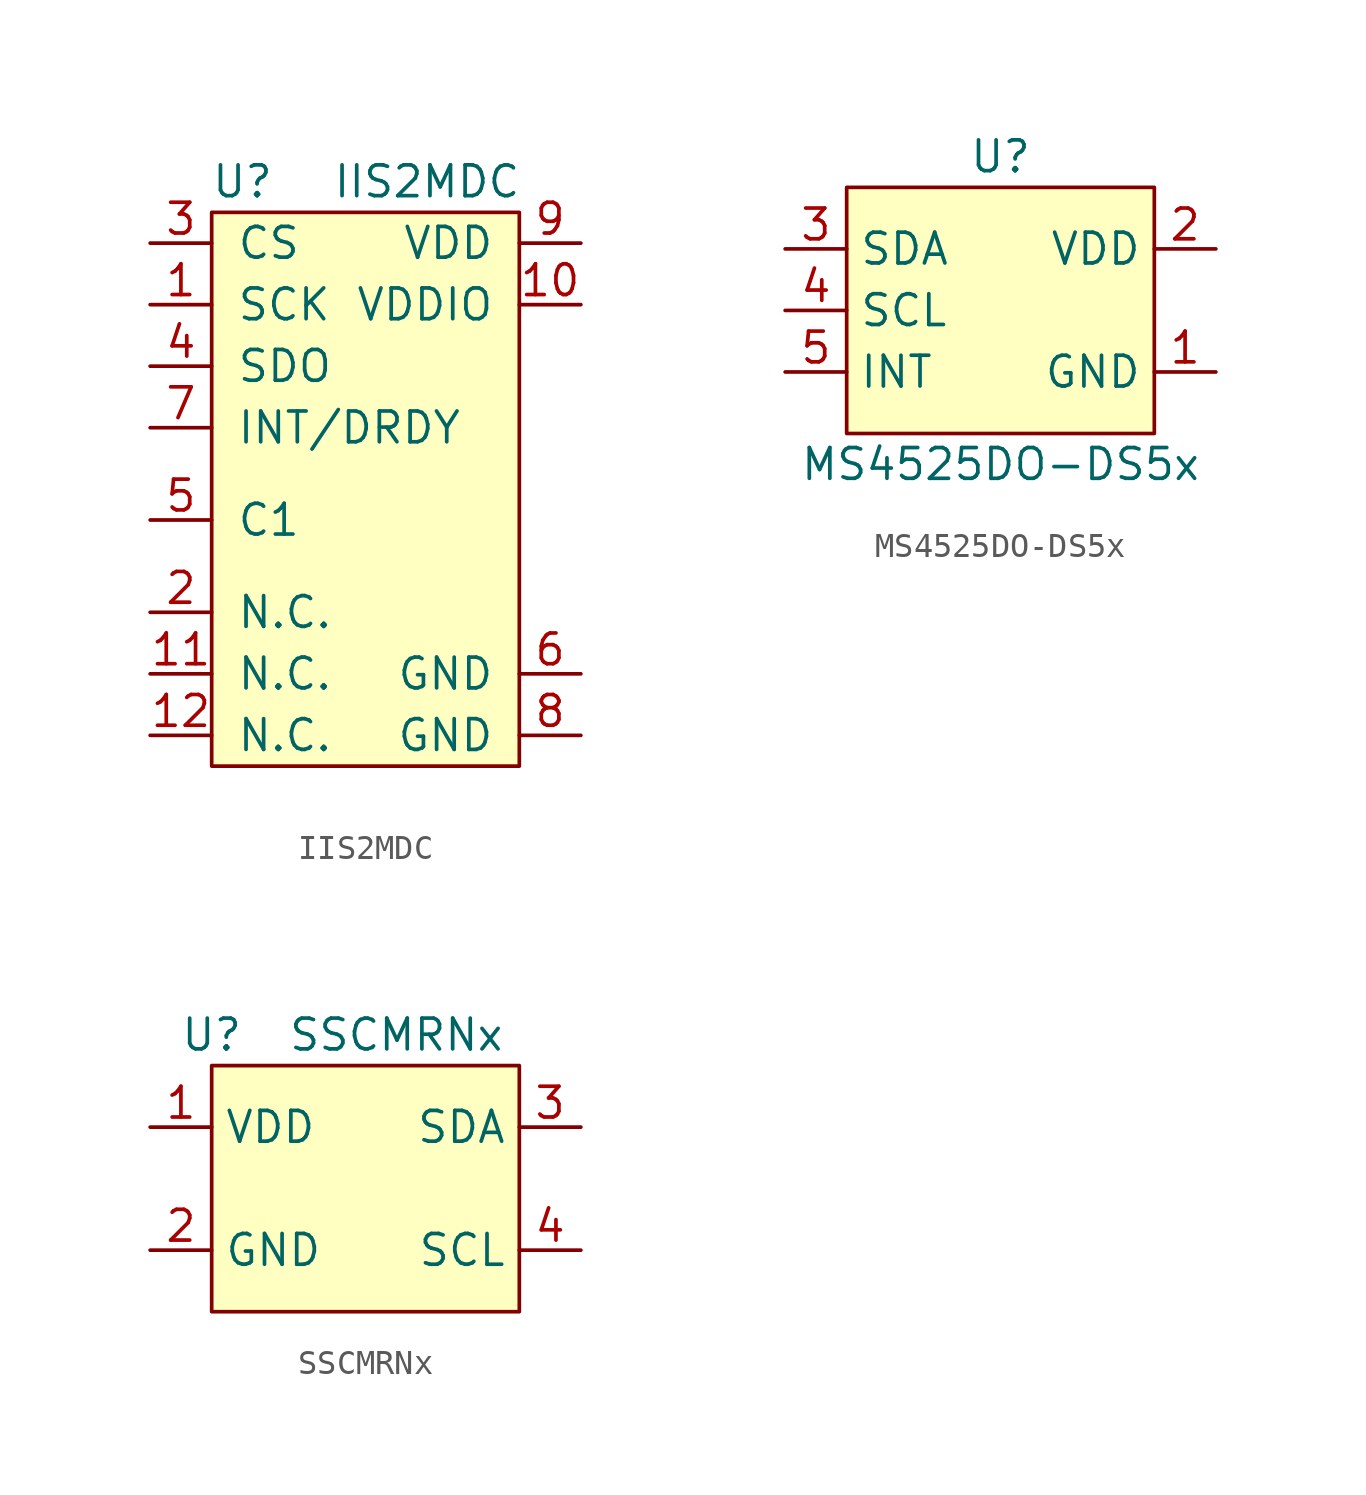
<source format=kicad_sym>
(kicad_symbol_lib
  (version 20211014)
  (generator kicad_symbol_editor)
  (symbol "IIS2MDC"
    (pin_names
      (offset 1.016))
    (property "Reference" "U"
      (at -5.08 12.7 0)
      (effects (font (size 1.27 1.27))))
    (property "Value" "IIS2MDC"
      (at 2.54 12.7 0)
      (effects (font (size 1.27 1.27))))
    (symbol "IIS2MDC_0_1"
      (rectangle (start -6.35 11.43) (end 6.35 -11.43) (stroke (width 0) (type default) (color 0 0 0 0)) (fill (type background))))
    (symbol "IIS2MDC_1_1"
      (pin input line (at -8.89 7.62 0) (length 2.54) (name "SCK" (effects (font (size 1.27 1.27)))) (number "1" (effects (font (size 1.27 1.27)))))
      (pin power_in line (at 8.89 7.62 180) (length 2.54) (name "VDDIO" (effects (font (size 1.27 1.27)))) (number "10" (effects (font (size 1.27 1.27)))))
      (pin passive line (at -8.89 -7.62 0) (length 2.54) (name "N.C." (effects (font (size 1.27 1.27)))) (number "11" (effects (font (size 1.27 1.27)))))
      (pin passive line (at -8.89 -10.16 0) (length 2.54) (name "N.C." (effects (font (size 1.27 1.27)))) (number "12" (effects (font (size 1.27 1.27)))))
      (pin passive line (at -8.89 -5.08 0) (length 2.54) (name "N.C." (effects (font (size 1.27 1.27)))) (number "2" (effects (font (size 1.27 1.27)))))
      (pin input line (at -8.89 10.16 0) (length 2.54) (name "CS" (effects (font (size 1.27 1.27)))) (number "3" (effects (font (size 1.27 1.27)))))
      (pin input line (at -8.89 5.08 0) (length 2.54) (name "SDO" (effects (font (size 1.27 1.27)))) (number "4" (effects (font (size 1.27 1.27)))))
      (pin input line (at -8.89 -1.27 0) (length 2.54) (name "C1" (effects (font (size 1.27 1.27)))) (number "5" (effects (font (size 1.27 1.27)))))
      (pin power_in line (at 8.89 -7.62 180) (length 2.54) (name "GND" (effects (font (size 1.27 1.27)))) (number "6" (effects (font (size 1.27 1.27)))))
      (pin input line (at -8.89 2.54 0) (length 2.54) (name "INT/DRDY" (effects (font (size 1.27 1.27)))) (number "7" (effects (font (size 1.27 1.27)))))
      (pin power_in line (at 8.89 -10.16 180) (length 2.54) (name "GND" (effects (font (size 1.27 1.27)))) (number "8" (effects (font (size 1.27 1.27)))))
      (pin power_in line (at 8.89 10.16 180) (length 2.54) (name "VDD" (effects (font (size 1.27 1.27)))) (number "9" (effects (font (size 1.27 1.27)))))))
  (symbol "MS4525DO-DS5x"
    (property "Reference" "U"
      (at 0 6.35 0)
      (effects (font (size 1.27 1.27))))
    (property "Value" "MS4525DO-DS5x"
      (at 0 -6.35 0)
      (effects (font (size 1.27 1.27))))
    (symbol "MS4525DO-DS5x_0_0"
      (pin power_in line (at 8.89 -2.54 180) (length 2.54) (name "GND" (effects (font (size 1.27 1.27)))) (number "1" (effects (font (size 1.27 1.27)))))
      (pin power_in line (at 8.89 2.54 180) (length 2.54) (name "VDD" (effects (font (size 1.27 1.27)))) (number "2" (effects (font (size 1.27 1.27)))))
      (pin bidirectional line (at -8.89 2.54 0) (length 2.54) (name "SDA" (effects (font (size 1.27 1.27)))) (number "3" (effects (font (size 1.27 1.27)))))
      (pin input line (at -8.89 0 0) (length 2.54) (name "SCL" (effects (font (size 1.27 1.27)))) (number "4" (effects (font (size 1.27 1.27)))))
      (pin output line (at -8.89 -2.54 0) (length 2.54) (name "INT" (effects (font (size 1.27 1.27)))) (number "5" (effects (font (size 1.27 1.27)))))
      (pin no_connect line (at 8.89 0 180) (length 2.54) hide (name "N.C." (effects (font (size 1.27 1.27)))) (number "6" (effects (font (size 1.27 1.27)))))
      (pin no_connect line (at 8.89 0 180) (length 2.54) hide (name "N.C." (effects (font (size 1.27 1.27)))) (number "7" (effects (font (size 1.27 1.27)))))
      (pin no_connect line (at 8.89 0 180) (length 2.54) hide (name "N.C." (effects (font (size 1.27 1.27)))) (number "8" (effects (font (size 1.27 1.27))))))
    (symbol "MS4525DO-DS5x_0_1"
      (rectangle (start -6.35 5.08) (end 6.35 -5.08) (stroke (width 0) (type default) (color 0 0 0 0)) (fill (type background)))))
  (symbol "SSCMRNx"
    (property "Reference" "U"
      (at -6.35 6.35 0)
      (effects (font (size 1.27 1.27))))
    (property "Value" "SSCMRNx"
      (at 1.27 6.35 0)
      (effects (font (size 1.27 1.27))))
    (symbol "SSCMRNx_0_0"
      (pin power_in line (at -8.89 2.54 0) (length 2.54) (name "VDD" (effects (font (size 1.27 1.27)))) (number "1" (effects (font (size 1.27 1.27)))))
      (pin power_in line (at -8.89 -2.54 0) (length 2.54) (name "GND" (effects (font (size 1.27 1.27)))) (number "2" (effects (font (size 1.27 1.27)))))
      (pin bidirectional line (at 8.89 2.54 180) (length 2.54) (name "SDA" (effects (font (size 1.27 1.27)))) (number "3" (effects (font (size 1.27 1.27)))))
      (pin input line (at 8.89 -2.54 180) (length 2.54) (name "SCL" (effects (font (size 1.27 1.27)))) (number "4" (effects (font (size 1.27 1.27)))))
      (pin no_connect line (at -8.89 0 0) (length 2.54) hide (name "N.C." (effects (font (size 1.27 1.27)))) (number "5" (effects (font (size 1.27 1.27)))))
      (pin no_connect line (at -8.89 0 0) (length 2.54) hide (name "N.C." (effects (font (size 1.27 1.27)))) (number "6" (effects (font (size 1.27 1.27))))))
    (symbol "SSCMRNx_0_1"
      (rectangle (start -6.35 5.08) (end 6.35 -5.08) (stroke (width 0) (type default) (color 0 0 0 0)) (fill (type background))))))
</source>
